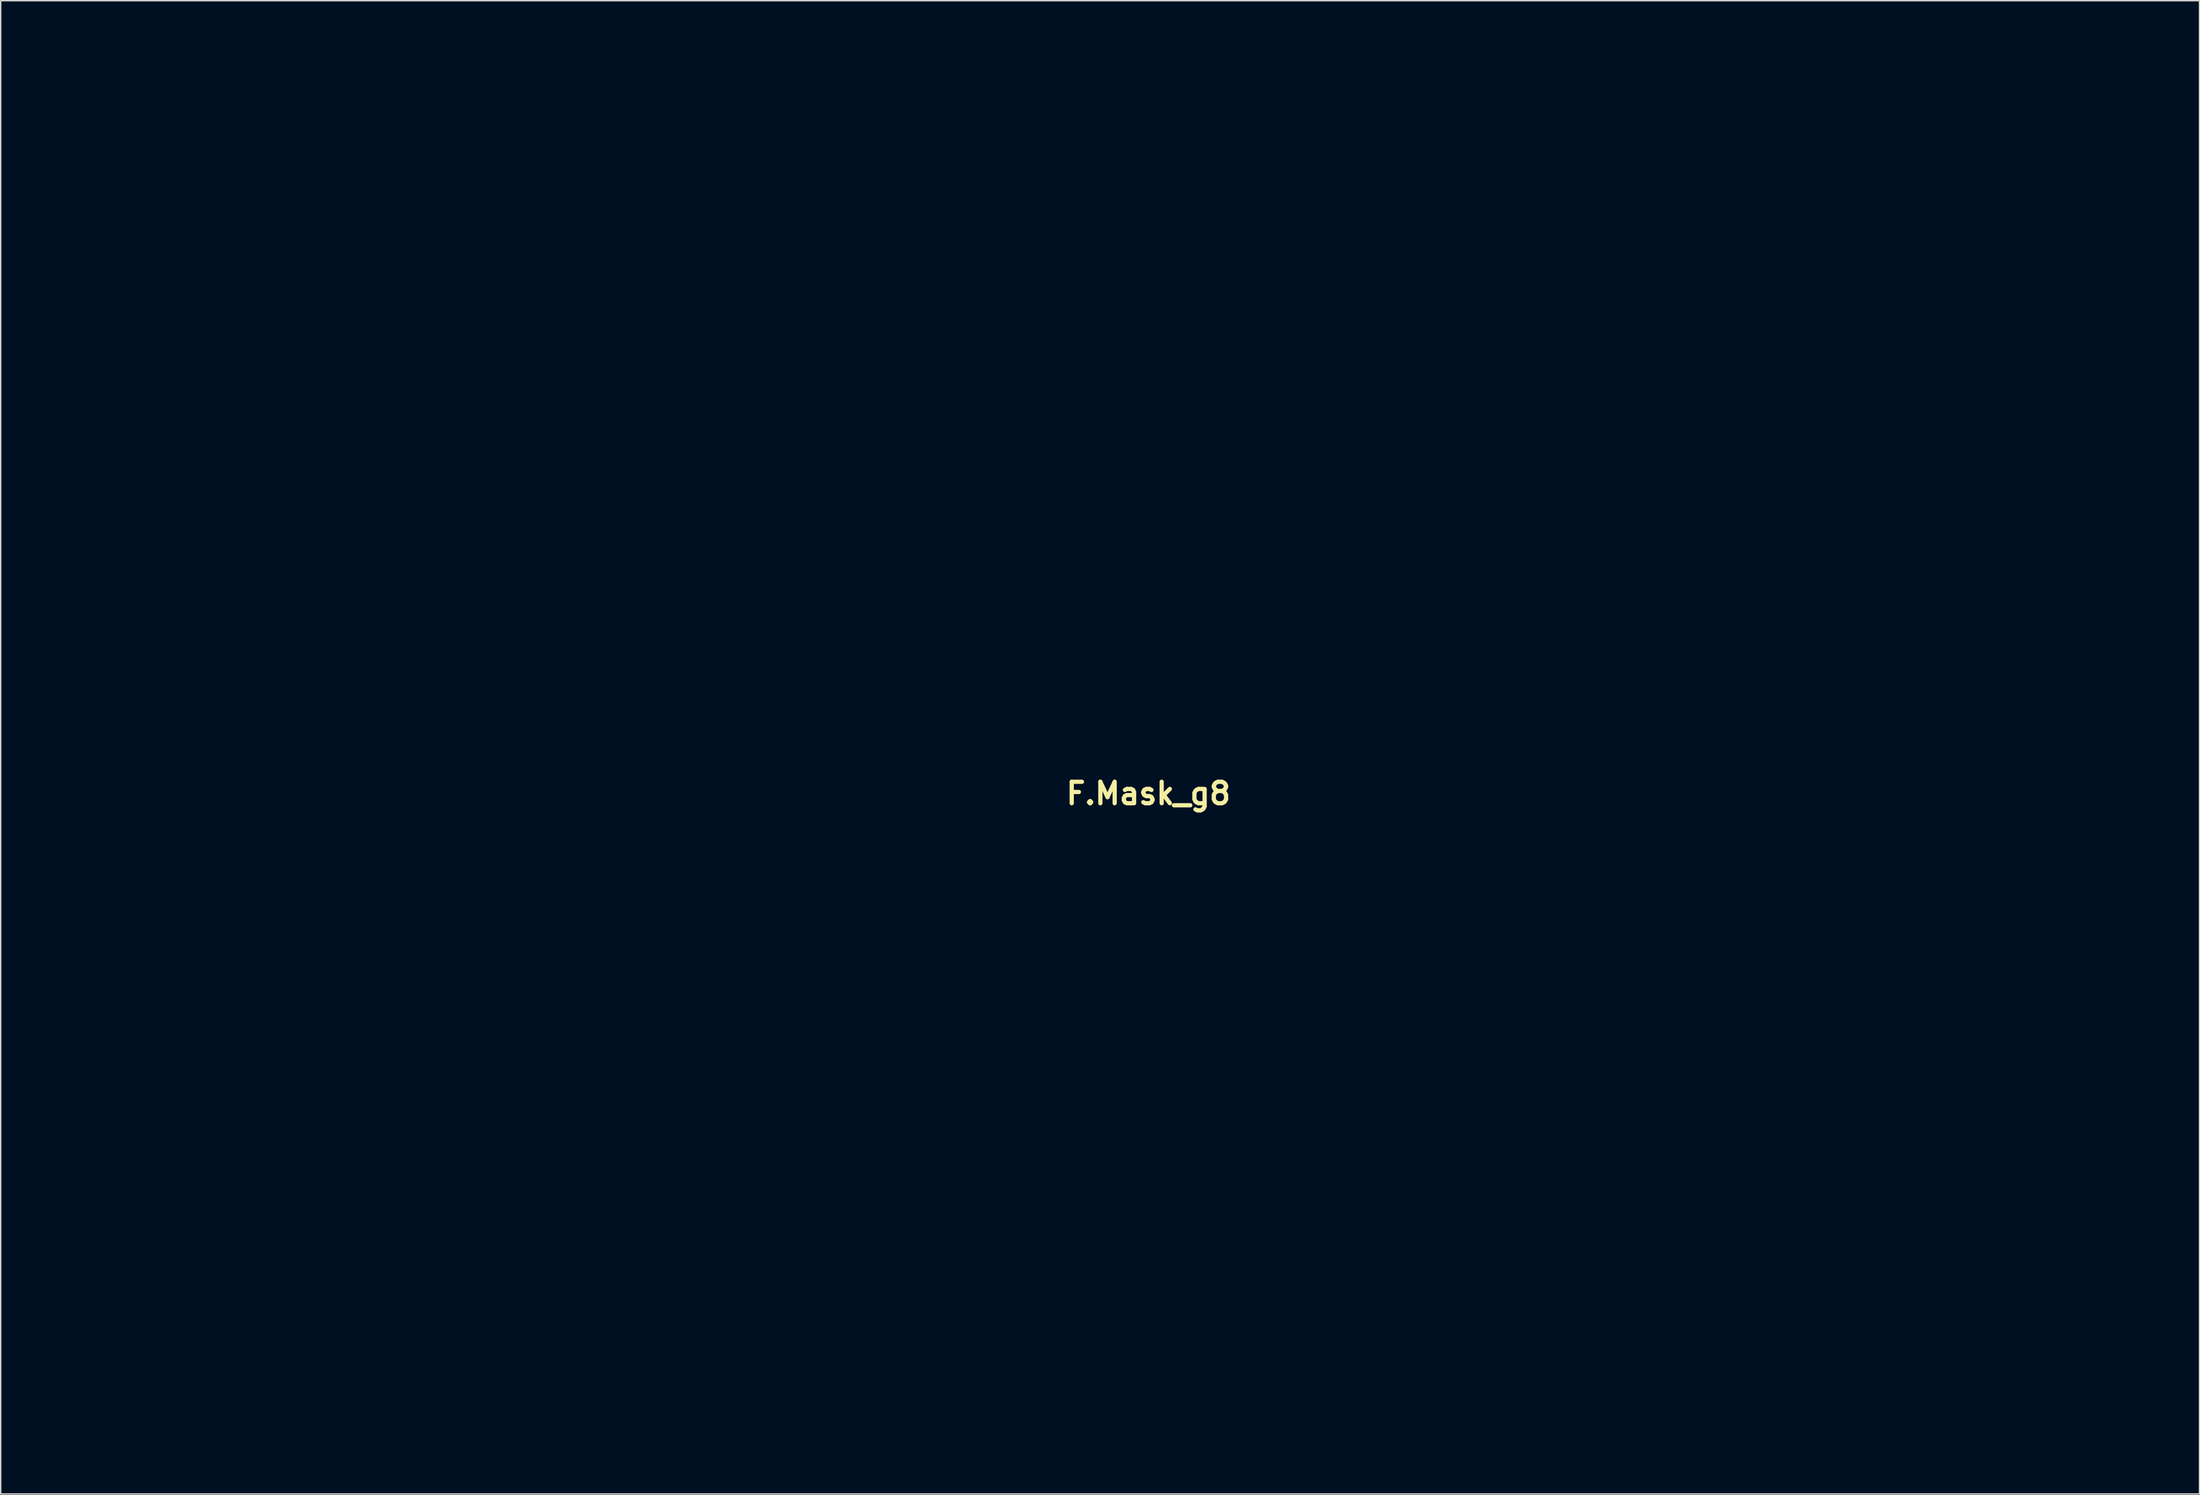
<source format=kicad_pcb>
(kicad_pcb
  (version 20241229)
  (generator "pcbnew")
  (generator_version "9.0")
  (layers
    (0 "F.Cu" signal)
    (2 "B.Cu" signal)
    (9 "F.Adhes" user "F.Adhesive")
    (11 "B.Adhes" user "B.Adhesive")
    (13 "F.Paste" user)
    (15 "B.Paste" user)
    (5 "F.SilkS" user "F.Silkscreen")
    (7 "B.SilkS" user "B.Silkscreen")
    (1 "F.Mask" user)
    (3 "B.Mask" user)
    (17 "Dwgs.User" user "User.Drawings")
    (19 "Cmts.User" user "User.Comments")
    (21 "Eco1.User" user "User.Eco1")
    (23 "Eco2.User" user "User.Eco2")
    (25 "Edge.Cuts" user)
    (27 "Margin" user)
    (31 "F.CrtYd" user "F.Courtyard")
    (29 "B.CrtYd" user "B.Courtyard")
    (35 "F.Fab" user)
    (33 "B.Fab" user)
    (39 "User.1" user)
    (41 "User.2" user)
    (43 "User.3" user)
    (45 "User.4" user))
  (footprint "F.Mask_g8"
    (layer "F.Cu")
    (at 78.491 53.324)
    (property "Reference" "F.Mask_g8" (at 0 0 0) (layer "F.SilkS") (effects (font (size 1.524 1.524) (thickness 0.3))))
    (attr through_hole)
    (fp_poly (pts (xy -63.606 6.244) (xy -78.486 6.244) (xy -78.486 2.879) (xy -63.606 2.879) (xy -63.606 6.244)) (stroke (width 0.01) (type solid)) (fill yes) (layer "F.Mask"))
    (fp_poly (pts (xy -62.78 -17.42) (xy -64.791 -17.42) (xy -64.791 -25.59) (xy -62.78 -25.59) (xy -62.78 -17.42)) (stroke (width 0.01) (type solid)) (fill yes) (layer "F.Mask"))
    (fp_poly (pts (xy -14.287 25.506) (xy -17.653 25.506) (xy -17.653 24.49) (xy -14.287 24.49) (xy -14.287 25.506)) (stroke (width 0.01) (type solid)) (fill yes) (layer "F.Mask"))
    (fp_poly (pts (xy -14.287 27.009) (xy -17.653 27.009) (xy -17.653 25.993) (xy -14.287 25.993) (xy -14.287 27.009)) (stroke (width 0.01) (type solid)) (fill yes) (layer "F.Mask"))
    (fp_poly (pts (xy -14.287 28.512) (xy -17.653 28.512) (xy -17.653 27.474) (xy -14.287 27.474) (xy -14.287 28.512)) (stroke (width 0.01) (type solid)) (fill yes) (layer "F.Mask"))
    (fp_poly (pts (xy 6.562 15.113) (xy 3.196 15.113) (xy 3.196 14.097) (xy 6.562 14.097) (xy 6.562 15.113)) (stroke (width 0.01) (type solid)) (fill yes) (layer "F.Mask"))
    (fp_poly (pts (xy 6.562 16.616) (xy 3.196 16.616) (xy 3.196 15.6) (xy 6.562 15.6) (xy 6.562 16.616)) (stroke (width 0.01) (type solid)) (fill yes) (layer "F.Mask"))
    (fp_poly (pts (xy 6.562 18.119) (xy 3.196 18.119) (xy 3.196 17.103) (xy 6.562 17.103) (xy 6.562 18.119)) (stroke (width 0.01) (type solid)) (fill yes) (layer "F.Mask"))
    (fp_poly (pts (xy 26.014 -23.368) (xy 24.003 -23.368) (xy 24.003 -31.538) (xy 26.014 -31.538) (xy 26.014 -23.368)) (stroke (width 0.01) (type solid)) (fill yes) (layer "F.Mask"))
    (fp_poly (pts (xy 29.02 -23.368) (xy 27.009 -23.368) (xy 27.009 -31.538) (xy 29.02 -31.538) (xy 29.02 -23.368)) (stroke (width 0.01) (type solid)) (fill yes) (layer "F.Mask"))
    (fp_poly (pts (xy 71.628 -2.18) (xy 56.642 -2.18) (xy 56.642 -5.546) (xy 71.628 -5.546) (xy 71.628 -2.18)) (stroke (width 0.01) (type solid)) (fill yes) (layer "F.Mask"))
    (fp_poly (pts (xy -59.785 -25.58) (xy -59.78 -21.5) (xy -59.775 -17.42) (xy -61.785 -17.42) (xy -61.785 -25.591) (xy -59.785 -25.58)) (stroke (width 0.01) (type solid)) (fill yes) (layer "F.Mask"))
    (fp_poly (pts (xy -56.774 -21.5) (xy -56.769 -17.42) (xy -58.801 -17.42) (xy -58.796 -21.5) (xy -58.79 -25.58) (xy -56.78 -25.58) (xy -56.774 -21.5)) (stroke (width 0.01) (type solid)) (fill yes) (layer "F.Mask"))
    (fp_poly (pts (xy 23.024 -27.458) (xy 23.019 -23.379) (xy 22.008 -23.373) (xy 20.997 -23.368) (xy 20.997 -31.538) (xy 23.029 -31.538) (xy 23.024 -27.458)) (stroke (width 0.01) (type solid)) (fill yes) (layer "F.Mask"))
    (fp_poly (pts (xy -3.868 -40.643) (xy -3.863 -27.968) (xy -1.885 -29.753) (xy 0.092 -31.538) (xy 20.024 -31.538) (xy 20.024 -23.368) (xy 0.115 -23.368) (xy -1.863 -24.873) (xy -2.119 -25.067) (xy -2.365 -25.254) (xy -2.6 -25.433) (xy -2.821 -25.601) (xy -3.027 -25.757) (xy -3.214 -25.9) (xy -3.382 -26.027) (xy -3.528 -26.138) (xy -3.65 -26.23) (xy -3.746 -26.303) (xy -3.814 -26.354) (xy -3.851 -26.382) (xy -3.858 -26.387) (xy -3.859 -26.367) (xy -3.86 -26.306) (xy -3.861 -26.204) (xy -3.862 -26.065) (xy -3.862 -25.888) (xy -3.863 -25.675) (xy -3.864 -25.427) (xy -3.865 -25.145) (xy -3.866 -24.832) (xy -3.867 -24.487) (xy -3.867 -24.113) (xy -3.868 -23.711) (xy -3.869 -23.281) (xy -3.869 -22.825) (xy -3.87 -22.344) (xy -3.871 -21.841) (xy -3.871 -21.315) (xy -3.872 -20.768) (xy -3.872 -20.201) (xy -3.872 -19.617) (xy -3.873 -19.015) (xy -3.873 -18.397) (xy -3.873 -17.765) (xy -3.873 -17.119) (xy -3.873 -16.462) (xy -3.873 -15.793) (xy -3.873 -5.122) (xy 5.63 -5.122) (xy 5.63 -7.027) (xy 29.654 -7.027) (xy 29.654 -5.546) (xy 54.652 -5.546) (xy 54.652 -2.18) (xy 29.654 -2.18) (xy 29.654 -0.699) (xy 5.647 -0.699) (xy 5.659 -0.651) (xy 5.665 -0.624) (xy 5.68 -0.558) (xy 5.704 -0.458) (xy 5.735 -0.324) (xy 5.772 -0.162) (xy 5.816 0.027) (xy 5.865 0.24) (xy 5.919 0.473) (xy 5.977 0.724) (xy 6.039 0.99) (xy 6.103 1.267) (xy 6.116 1.324) (xy 6.562 3.252) (xy 6.562 13.61) (xy 3.196 13.61) (xy 3.197 3.291) (xy 3.659 1.296) (xy 4.121 -0.699) (xy -14.436 -0.699) (xy -14.436 -5.122) (xy -4.911 -5.122) (xy -4.911 -27.962) (xy -6.9 -35.806) (xy -6.9 -53.319) (xy -3.874 -53.319) (xy -3.868 -40.643)) (stroke (width 0.01) (type solid)) (fill yes) (layer "F.Mask"))
    (fp_poly (pts (xy -28.871 -29.849) (xy -29.877 -25.887) (xy -30.882 -21.925) (xy -30.882 0.72) (xy -15.198 0.72) (xy -15.198 8.417) (xy -14.743 10.382) (xy -14.287 12.348) (xy -14.287 24.003) (xy -17.653 24.003) (xy -17.653 12.39) (xy -17.198 10.423) (xy -17.133 10.142) (xy -17.07 9.872) (xy -17.012 9.616) (xy -16.957 9.378) (xy -16.907 9.159) (xy -16.862 8.964) (xy -16.824 8.795) (xy -16.792 8.654) (xy -16.767 8.545) (xy -16.751 8.471) (xy -16.743 8.434) (xy -16.743 8.43) (xy -16.75 8.428) (xy -16.77 8.426) (xy -16.806 8.424) (xy -16.858 8.422) (xy -16.928 8.42) (xy -17.015 8.419) (xy -17.121 8.417) (xy -17.248 8.416) (xy -17.395 8.414) (xy -17.564 8.413) (xy -17.757 8.412) (xy -17.973 8.411) (xy -18.215 8.41) (xy -18.483 8.409) (xy -18.777 8.408) (xy -19.1 8.408) (xy -19.451 8.407) (xy -19.833 8.406) (xy -20.245 8.406) (xy -20.69 8.405) (xy -21.167 8.405) (xy -21.678 8.404) (xy -22.224 8.404) (xy -22.806 8.404) (xy -23.425 8.404) (xy -24.082 8.403) (xy -24.778 8.403) (xy -25.514 8.403) (xy -26.29 8.403) (xy -26.681 8.403) (xy -36.618 8.403) (xy -36.618 6.244) (xy -61.616 6.244) (xy -61.616 2.879) (xy -36.618 2.879) (xy -36.618 0.72) (xy -31.898 0.72) (xy -31.898 -20.429) (xy -31.956 -20.387) (xy -31.981 -20.369) (xy -32.036 -20.327) (xy -32.121 -20.263) (xy -32.234 -20.178) (xy -32.371 -20.074) (xy -32.53 -19.953) (xy -32.711 -19.816) (xy -32.909 -19.665) (xy -33.124 -19.502) (xy -33.353 -19.328) (xy -33.593 -19.146) (xy -33.843 -18.956) (xy -33.939 -18.883) (xy -35.863 -17.42) (xy -55.795 -17.42) (xy -55.795 -25.569) (xy -35.865 -25.569) (xy -33.887 -23.784) (xy -31.909 -21.999) (xy -31.903 -37.659) (xy -31.898 -53.319) (xy -28.871 -53.319) (xy -28.871 -29.849)) (stroke (width 0.01) (type solid)) (fill yes) (layer "F.Mask"))
    (fp_poly (pts (xy 55.991 37.784) (xy 56.504 37.784) (xy 56.976 37.785) (xy 57.408 37.786) (xy 57.801 37.787) (xy 58.158 37.788) (xy 58.479 37.79) (xy 58.765 37.792) (xy 59.018 37.794) (xy 59.239 37.797) (xy 59.43 37.8) (xy 59.592 37.803) (xy 59.726 37.807) (xy 59.833 37.811) (xy 59.914 37.816) (xy 59.972 37.82) (xy 60.007 37.826) (xy 60.021 37.831) (xy 60.024 37.841) (xy 60.017 37.858) (xy 60 37.885) (xy 59.97 37.924) (xy 59.925 37.976) (xy 59.863 38.043) (xy 59.783 38.128) (xy 59.683 38.232) (xy 59.56 38.357) (xy 59.414 38.506) (xy 59.242 38.68) (xy 59.041 38.882) (xy 58.982 38.942) (xy 58.05 39.878) (xy 57.849 39.758) (xy 57.559 39.606) (xy 57.266 39.49) (xy 57.136 39.452) (xy 56.988 39.422) (xy 56.814 39.403) (xy 56.625 39.394) (xy 56.436 39.396) (xy 56.26 39.409) (xy 56.134 39.429) (xy 55.833 39.512) (xy 55.552 39.632) (xy 55.293 39.787) (xy 55.059 39.975) (xy 54.851 40.194) (xy 54.671 40.443) (xy 54.522 40.72) (xy 54.491 40.791) (xy 54.439 40.922) (xy 54.401 41.037) (xy 54.374 41.147) (xy 54.358 41.264) (xy 54.35 41.4) (xy 54.348 41.565) (xy 54.348 41.582) (xy 54.363 41.89) (xy 54.405 42.17) (xy 54.476 42.429) (xy 54.578 42.672) (xy 54.712 42.906) (xy 54.724 42.923) (xy 54.828 43.08) (xy 53.823 44.082) (xy 53.652 44.253) (xy 53.489 44.414) (xy 53.338 44.564) (xy 53.199 44.699) (xy 53.077 44.818) (xy 52.974 44.919) (xy 52.891 44.998) (xy 52.832 45.053) (xy 52.799 45.081) (xy 52.793 45.085) (xy 52.79 45.075) (xy 52.787 45.044) (xy 52.784 44.99) (xy 52.782 44.913) (xy 52.779 44.81) (xy 52.777 44.68) (xy 52.776 44.523) (xy 52.774 44.336) (xy 52.773 44.119) (xy 52.772 43.869) (xy 52.771 43.586) (xy 52.77 43.268) (xy 52.769 42.913) (xy 52.769 42.521) (xy 52.769 42.09) (xy 52.769 41.618) (xy 52.769 41.434) (xy 52.769 37.782) (xy 55.991 37.784)) (stroke (width 0.01) (type solid)) (fill yes) (layer "F.Mask"))
    (fp_poly (pts (xy -19.411 -7.741) (xy -19.207 -7.715) (xy -19.015 -7.669) (xy -18.833 -7.601) (xy -18.658 -7.513) (xy -18.486 -7.405) (xy -18.468 -7.392) (xy -18.343 -7.298) (xy -18.222 -7.197) (xy -18.101 -7.083) (xy -17.977 -6.952) (xy -17.844 -6.8) (xy -17.701 -6.623) (xy -17.542 -6.417) (xy -17.42 -6.255) (xy -17.32 -6.12) (xy -17.202 -5.965) (xy -17.076 -5.799) (xy -16.95 -5.635) (xy -16.833 -5.485) (xy -16.806 -5.45) (xy -16.616 -5.206) (xy -16.451 -4.988) (xy -16.307 -4.791) (xy -16.182 -4.61) (xy -16.072 -4.441) (xy -15.974 -4.278) (xy -15.884 -4.116) (xy -15.798 -3.949) (xy -15.761 -3.873) (xy -15.593 -3.483) (xy -15.456 -3.076) (xy -15.349 -2.649) (xy -15.27 -2.198) (xy -15.22 -1.722) (xy -15.199 -1.217) (xy -15.198 -1.068) (xy -15.198 -0.704) (xy -15.296 -0.691) (xy -15.374 -0.684) (xy -15.483 -0.681) (xy -15.613 -0.68) (xy -15.753 -0.682) (xy -15.892 -0.687) (xy -16.02 -0.694) (xy -16.108 -0.701) (xy -16.529 -0.758) (xy -16.953 -0.843) (xy -17.385 -0.958) (xy -17.828 -1.103) (xy -18.287 -1.28) (xy -18.766 -1.49) (xy -18.847 -1.528) (xy -18.979 -1.589) (xy -19.139 -1.662) (xy -19.317 -1.743) (xy -19.504 -1.827) (xy -19.687 -1.908) (xy -19.833 -1.973) (xy -20.157 -2.116) (xy -20.444 -2.246) (xy -20.698 -2.365) (xy -20.922 -2.475) (xy -21.121 -2.577) (xy -21.297 -2.674) (xy -21.454 -2.767) (xy -21.595 -2.858) (xy -21.723 -2.949) (xy -21.791 -3) (xy -22.036 -3.21) (xy -22.241 -3.426) (xy -22.408 -3.653) (xy -22.539 -3.894) (xy -22.633 -4.138) (xy -22.668 -4.257) (xy -22.694 -4.368) (xy -22.713 -4.481) (xy -22.724 -4.603) (xy -22.73 -4.743) (xy -22.731 -4.909) (xy -22.727 -5.096) (xy -22.713 -5.435) (xy -22.687 -5.736) (xy -22.648 -6.002) (xy -22.597 -6.236) (xy -22.532 -6.44) (xy -22.452 -6.619) (xy -22.357 -6.774) (xy -22.263 -6.891) (xy -22.147 -7.003) (xy -22.01 -7.104) (xy -21.848 -7.198) (xy -21.657 -7.286) (xy -21.433 -7.37) (xy -21.171 -7.451) (xy -21.113 -7.468) (xy -20.756 -7.564) (xy -20.433 -7.64) (xy -20.141 -7.696) (xy -19.875 -7.731) (xy -19.633 -7.746) (xy -19.411 -7.741)) (stroke (width 0.01) (type solid)) (fill yes) (layer "F.Mask"))
    (fp_poly (pts (xy -13.962 0.716) (xy -13.645 0.75) (xy -13.313 0.802) (xy -12.973 0.872) (xy -12.631 0.957) (xy -12.294 1.058) (xy -12.075 1.133) (xy -11.914 1.192) (xy -11.762 1.251) (xy -11.61 1.313) (xy -11.45 1.383) (xy -11.271 1.464) (xy -11.066 1.559) (xy -11.03 1.576) (xy -10.909 1.632) (xy -10.758 1.701) (xy -10.589 1.778) (xy -10.409 1.859) (xy -10.228 1.939) (xy -10.065 2.011) (xy -9.744 2.153) (xy -9.46 2.281) (xy -9.209 2.398) (xy -8.987 2.507) (xy -8.791 2.607) (xy -8.617 2.703) (xy -8.462 2.795) (xy -8.323 2.885) (xy -8.197 2.976) (xy -8.079 3.069) (xy -7.966 3.167) (xy -7.892 3.235) (xy -7.682 3.456) (xy -7.512 3.685) (xy -7.38 3.925) (xy -7.285 4.179) (xy -7.23 4.411) (xy -7.207 4.552) (xy -7.192 4.682) (xy -7.184 4.811) (xy -7.183 4.951) (xy -7.188 5.113) (xy -7.196 5.26) (xy -7.217 5.542) (xy -7.242 5.787) (xy -7.273 6) (xy -7.31 6.187) (xy -7.355 6.352) (xy -7.409 6.501) (xy -7.449 6.593) (xy -7.538 6.757) (xy -7.643 6.9) (xy -7.767 7.025) (xy -7.916 7.136) (xy -8.094 7.236) (xy -8.306 7.329) (xy -8.541 7.413) (xy -8.7 7.462) (xy -8.887 7.515) (xy -9.092 7.569) (xy -9.301 7.621) (xy -9.502 7.667) (xy -9.684 7.706) (xy -9.797 7.727) (xy -9.96 7.749) (xy -10.14 7.762) (xy -10.324 7.767) (xy -10.501 7.763) (xy -10.658 7.75) (xy -10.763 7.733) (xy -10.96 7.679) (xy -11.151 7.601) (xy -11.339 7.497) (xy -11.527 7.366) (xy -11.718 7.204) (xy -11.913 7.01) (xy -12.115 6.781) (xy -12.327 6.517) (xy -12.484 6.308) (xy -12.569 6.193) (xy -12.671 6.056) (xy -12.784 5.909) (xy -12.897 5.762) (xy -13.002 5.626) (xy -13.007 5.62) (xy -13.232 5.33) (xy -13.43 5.068) (xy -13.605 4.828) (xy -13.757 4.607) (xy -13.891 4.4) (xy -14.008 4.204) (xy -14.11 4.014) (xy -14.202 3.827) (xy -14.284 3.638) (xy -14.359 3.444) (xy -14.368 3.418) (xy -14.484 3.053) (xy -14.578 2.655) (xy -14.65 2.227) (xy -14.7 1.773) (xy -14.727 1.296) (xy -14.732 0.992) (xy -14.732 0.724) (xy -14.52 0.709) (xy -14.256 0.702) (xy -13.962 0.716)) (stroke (width 0.01) (type solid)) (fill yes) (layer "F.Mask"))
    (fp_poly (pts (xy 60.065 38.541) (xy 60.066 38.571) (xy 60.061 38.635) (xy 60.051 38.724) (xy 60.036 38.831) (xy 60.028 38.887) (xy 60.009 39.016) (xy 59.998 39.112) (xy 59.992 39.186) (xy 59.993 39.247) (xy 59.999 39.306) (xy 60.006 39.35) (xy 60.049 39.502) (xy 60.126 39.676) (xy 60.237 39.871) (xy 60.369 40.069) (xy 60.499 40.266) (xy 60.597 40.445) (xy 60.666 40.613) (xy 60.708 40.778) (xy 60.726 40.945) (xy 60.727 40.997) (xy 60.718 41.16) (xy 60.689 41.313) (xy 60.638 41.465) (xy 60.56 41.622) (xy 60.454 41.791) (xy 60.35 41.937) (xy 60.24 42.089) (xy 60.157 42.221) (xy 60.098 42.342) (xy 60.06 42.459) (xy 60.038 42.582) (xy 60.029 42.72) (xy 60.029 42.766) (xy 60.033 42.913) (xy 60.05 43.042) (xy 60.082 43.161) (xy 60.132 43.279) (xy 60.204 43.404) (xy 60.301 43.547) (xy 60.358 43.624) (xy 60.428 43.719) (xy 60.492 43.809) (xy 60.544 43.886) (xy 60.577 43.94) (xy 60.582 43.949) (xy 60.642 44.1) (xy 60.684 44.276) (xy 60.706 44.464) (xy 60.707 44.649) (xy 60.685 44.819) (xy 60.666 44.896) (xy 60.585 45.088) (xy 60.467 45.269) (xy 60.319 45.432) (xy 60.182 45.545) (xy 60.032 45.638) (xy 59.88 45.702) (xy 59.715 45.741) (xy 59.542 45.757) (xy 59.366 45.757) (xy 59.206 45.737) (xy 59.054 45.694) (xy 58.901 45.625) (xy 58.74 45.528) (xy 58.58 45.413) (xy 58.487 45.345) (xy 58.395 45.282) (xy 58.315 45.231) (xy 58.262 45.201) (xy 58.087 45.136) (xy 57.885 45.098) (xy 57.662 45.089) (xy 57.625 45.09) (xy 57.519 45.096) (xy 57.439 45.106) (xy 57.37 45.124) (xy 57.297 45.152) (xy 57.257 45.171) (xy 57.175 45.213) (xy 57.074 45.274) (xy 56.967 45.342) (xy 56.887 45.398) (xy 56.659 45.549) (xy 56.442 45.661) (xy 56.231 45.736) (xy 56.023 45.774) (xy 55.814 45.778) (xy 55.721 45.769) (xy 55.609 45.749) (xy 55.504 45.718) (xy 55.399 45.673) (xy 55.286 45.61) (xy 55.158 45.525) (xy 55.014 45.419) (xy 54.855 45.302) (xy 54.716 45.213) (xy 54.588 45.147) (xy 54.461 45.102) (xy 54.325 45.073) (xy 54.171 45.058) (xy 53.99 45.053) (xy 53.965 45.053) (xy 53.824 45.052) (xy 53.722 45.048) (xy 53.656 45.039) (xy 53.622 45.02) (xy 53.618 44.991) (xy 53.64 44.949) (xy 53.685 44.891) (xy 53.714 44.857) (xy 53.762 44.803) (xy 53.835 44.725) (xy 53.929 44.626) (xy 54.04 44.511) (xy 54.162 44.386) (xy 54.291 44.255) (xy 54.422 44.122) (xy 54.551 43.992) (xy 54.673 43.871) (xy 54.783 43.762) (xy 54.877 43.67) (xy 54.95 43.6) (xy 54.975 43.577) (xy 55.139 43.429) (xy 55.282 43.514) (xy 55.575 43.67) (xy 55.86 43.787) (xy 56.138 43.866) (xy 56.414 43.906) (xy 56.691 43.91) (xy 56.819 43.899) (xy 57.125 43.844) (xy 57.415 43.752) (xy 57.686 43.624) (xy 57.936 43.463) (xy 58.161 43.272) (xy 58.359 43.051) (xy 58.528 42.805) (xy 58.665 42.535) (xy 58.767 42.243) (xy 58.78 42.197) (xy 58.832 41.92) (xy 58.852 41.634) (xy 58.839 41.351) (xy 58.793 41.081) (xy 58.77 40.994) (xy 58.728 40.858) (xy 58.684 40.742) (xy 58.633 40.631) (xy 58.567 40.511) (xy 58.5 40.4) (xy 58.371 40.191) (xy 59.213 39.352) (xy 59.395 39.171) (xy 59.559 39.009) (xy 59.703 38.869) (xy 59.825 38.752) (xy 59.924 38.659) (xy 59.997 38.592) (xy 60.045 38.552) (xy 60.065 38.541) (xy 60.065 38.541)) (stroke (width 0.01) (type solid)) (fill yes) (layer "F.Mask"))
    (fp_poly (pts (xy 71.586 46.757) (xy 51.71 46.757) (xy 51.71 37.042) (xy 51.964 37.042) (xy 51.964 46.567) (xy 61.553 46.567) (xy 61.553 40.979) (xy 62.712 40.979) (xy 62.72 41.806) (xy 62.723 42.02) (xy 62.725 42.195) (xy 62.728 42.336) (xy 62.731 42.446) (xy 62.737 42.529) (xy 62.744 42.588) (xy 62.754 42.629) (xy 62.767 42.653) (xy 62.784 42.666) (xy 62.806 42.671) (xy 62.832 42.672) (xy 62.845 42.672) (xy 62.904 42.661) (xy 62.939 42.643) (xy 62.956 42.625) (xy 62.968 42.596) (xy 62.978 42.547) (xy 62.986 42.472) (xy 62.993 42.364) (xy 62.995 42.328) (xy 63.003 42.217) (xy 63.013 42.118) (xy 63.023 42.039) (xy 63.032 41.991) (xy 63.034 41.986) (xy 63.06 41.943) (xy 63.105 41.914) (xy 63.175 41.897) (xy 63.278 41.89) (xy 63.341 41.889) (xy 63.46 41.886) (xy 63.542 41.876) (xy 63.593 41.857) (xy 63.62 41.826) (xy 63.627 41.783) (xy 63.627 41.781) (xy 63.923 41.781) (xy 63.942 41.965) (xy 63.995 42.14) (xy 64.077 42.3) (xy 64.187 42.439) (xy 64.318 42.551) (xy 64.468 42.631) (xy 64.502 42.643) (xy 64.599 42.662) (xy 64.721 42.668) (xy 64.852 42.662) (xy 64.978 42.646) (xy 65.082 42.618) (xy 65.104 42.609) (xy 65.183 42.569) (xy 65.23 42.526) (xy 65.251 42.467) (xy 65.257 42.381) (xy 65.257 42.379) (xy 65.257 42.274) (xy 65.076 42.367) (xy 64.983 42.413) (xy 64.913 42.441) (xy 64.852 42.455) (xy 64.787 42.46) (xy 64.768 42.46) (xy 64.633 42.44) (xy 64.501 42.384) (xy 64.384 42.298) (xy 64.289 42.189) (xy 64.258 42.136) (xy 64.233 42.061) (xy 64.214 41.958) (xy 64.202 41.842) (xy 64.2 41.725) (xy 64.207 41.623) (xy 64.22 41.56) (xy 64.255 41.491) (xy 64.315 41.41) (xy 64.388 41.33) (xy 64.464 41.262) (xy 64.503 41.235) (xy 64.616 41.19) (xy 64.749 41.178) (xy 64.895 41.199) (xy 65.047 41.252) (xy 65.095 41.275) (xy 65.219 41.338) (xy 65.204 41.216) (xy 65.191 41.144) (xy 65.172 41.085) (xy 65.159 41.061) (xy 65.113 41.031) (xy 65.088 41.021) (xy 65.596 41.021) (xy 65.596 42.63) (xy 66.529 42.63) (xy 66.523 42.54) (xy 66.516 42.45) (xy 65.823 42.438) (xy 65.838 42.179) (xy 65.845 42.079) (xy 65.851 41.996) (xy 65.857 41.938) (xy 65.861 41.913) (xy 65.861 41.913) (xy 65.884 41.909) (xy 65.94 41.903) (xy 66.022 41.897) (xy 66.122 41.89) (xy 66.131 41.89) (xy 66.233 41.883) (xy 66.321 41.875) (xy 66.386 41.867) (xy 66.417 41.859) (xy 66.418 41.859) (xy 66.435 41.829) (xy 66.442 41.781) (xy 66.438 41.746) (xy 66.423 41.72) (xy 66.389 41.702) (xy 66.332 41.689) (xy 66.245 41.679) (xy 66.122 41.671) (xy 66.106 41.67) (xy 66.01 41.664) (xy 65.931 41.659) (xy 65.878 41.654) (xy 65.859 41.651) (xy 65.855 41.629) (xy 65.85 41.574) (xy 65.843 41.495) (xy 65.838 41.429) (xy 65.823 41.213) (xy 66.17 41.207) (xy 66.516 41.201) (xy 66.523 41.111) (xy 66.529 41.021) (xy 66.95 41.021) (xy 66.95 42.63) (xy 67.204 42.63) (xy 67.204 41.889) (xy 67.453 41.887) (xy 67.583 41.885) (xy 67.677 41.88) (xy 67.741 41.871) (xy 67.781 41.856) (xy 67.803 41.834) (xy 67.812 41.802) (xy 67.814 41.787) (xy 67.813 41.747) (xy 67.796 41.718) (xy 67.758 41.698) (xy 67.694 41.685) (xy 67.599 41.679) (xy 67.467 41.677) (xy 67.457 41.677) (xy 67.204 41.677) (xy 67.204 41.571) (xy 68.045 41.571) (xy 68.053 41.596) (xy 68.078 41.639) (xy 68.123 41.708) (xy 68.165 41.77) (xy 68.245 41.89) (xy 68.305 41.984) (xy 68.347 42.061) (xy 68.374 42.128) (xy 68.39 42.193) (xy 68.399 42.266) (xy 68.404 42.344) (xy 68.41 42.459) (xy 68.417 42.538) (xy 68.426 42.588) (xy 68.44 42.616) (xy 68.46 42.628) (xy 68.483 42.63) (xy 69.236 42.63) (xy 69.49 42.63) (xy 69.49 41.582) (xy 70.025 42.116) (xy 70.148 42.24) (xy 70.263 42.353) (xy 70.365 42.453) (xy 70.45 42.536) (xy 70.516 42.599) (xy 70.559 42.638) (xy 70.575 42.651) (xy 70.578 42.63) (xy 70.582 42.572) (xy 70.585 42.481) (xy 70.587 42.361) (xy 70.589 42.217) (xy 70.59 42.053) (xy 70.591 41.875) (xy 70.591 41.836) (xy 70.591 41.021) (xy 70.358 41.021) (xy 70.358 41.525) (xy 70.357 41.668) (xy 70.356 41.795) (xy 70.353 41.903) (xy 70.35 41.984) (xy 70.346 42.033) (xy 70.343 42.045) (xy 70.325 42.034) (xy 70.281 41.996) (xy 70.214 41.934) (xy 70.127 41.852) (xy 70.025 41.753) (xy 69.909 41.64) (xy 69.784 41.516) (xy 69.782 41.514) (xy 69.236 40.968) (xy 69.236 42.63) (xy 68.483 42.63) (xy 68.527 42.617) (xy 68.546 42.596) (xy 68.553 42.558) (xy 68.557 42.493) (xy 68.559 42.43) (xy 68.563 42.336) (xy 68.577 42.251) (xy 68.605 42.166) (xy 68.65 42.072) (xy 68.715 41.961) (xy 68.789 41.849) (xy 68.849 41.756) (xy 68.901 41.675) (xy 68.939 41.613) (xy 68.959 41.576) (xy 68.961 41.57) (xy 68.944 41.553) (xy 68.927 41.55) (xy 68.897 41.561) (xy 68.852 41.597) (xy 68.789 41.659) (xy 68.706 41.75) (xy 68.626 41.842) (xy 68.572 41.903) (xy 68.527 41.949) (xy 68.499 41.972) (xy 68.495 41.974) (xy 68.476 41.957) (xy 68.44 41.913) (xy 68.391 41.848) (xy 68.347 41.786) (xy 68.272 41.683) (xy 68.212 41.613) (xy 68.161 41.571) (xy 68.114 41.553) (xy 68.072 41.554) (xy 68.053 41.559) (xy 68.045 41.571) (xy 67.204 41.571) (xy 67.204 41.212) (xy 67.52 41.212) (xy 67.634 41.211) (xy 67.734 41.208) (xy 67.812 41.205) (xy 67.86 41.201) (xy 67.869 41.199) (xy 67.895 41.168) (xy 67.903 41.103) (xy 67.903 41.021) (xy 66.95 41.021) (xy 66.529 41.021) (xy 65.596 41.021) (xy 65.088 41.021) (xy 65.038 41.002) (xy 64.944 40.978) (xy 64.846 40.962) (xy 64.767 40.958) (xy 64.634 40.97) (xy 64.49 41.006) (xy 64.357 41.058) (xy 64.347 41.064) (xy 64.236 41.141) (xy 64.133 41.257) (xy 64.037 41.414) (xy 64.017 41.451) (xy 63.973 41.544) (xy 63.945 41.614) (xy 63.93 41.674) (xy 63.924 41.737) (xy 63.923 41.781) (xy 63.627 41.781) (xy 63.621 41.744) (xy 63.601 41.715) (xy 63.56 41.696) (xy 63.493 41.684) (xy 63.395 41.679) (xy 63.266 41.677) (xy 63.013 41.677) (xy 63.013 41.212) (xy 63.315 41.211) (xy 63.425 41.21) (xy 63.52 41.207) (xy 63.593 41.203) (xy 63.634 41.197) (xy 63.64 41.195) (xy 63.663 41.162) (xy 63.677 41.108) (xy 63.682 41.051) (xy 63.674 41.008) (xy 63.666 40.997) (xy 63.637 40.992) (xy 63.573 40.987) (xy 63.479 40.983) (xy 63.363 40.981) (xy 63.23 40.979) (xy 63.175 40.979) (xy 62.712 40.979) (xy 61.553 40.979) (xy 61.553 37.042) (xy 51.964 37.042) (xy 51.71 37.042) (xy 51.71 36.851) (xy 71.586 36.851) (xy 71.586 46.757)) (stroke (width 0.01) (type solid)) (fill yes) (layer "F.Mask")))
  (gr_rect
    (start -3 -3)
    (end 153.124 103.086)
    (stroke (width 0.1) (type default))
    (fill no)
    (layer "Edge.Cuts")))
</source>
